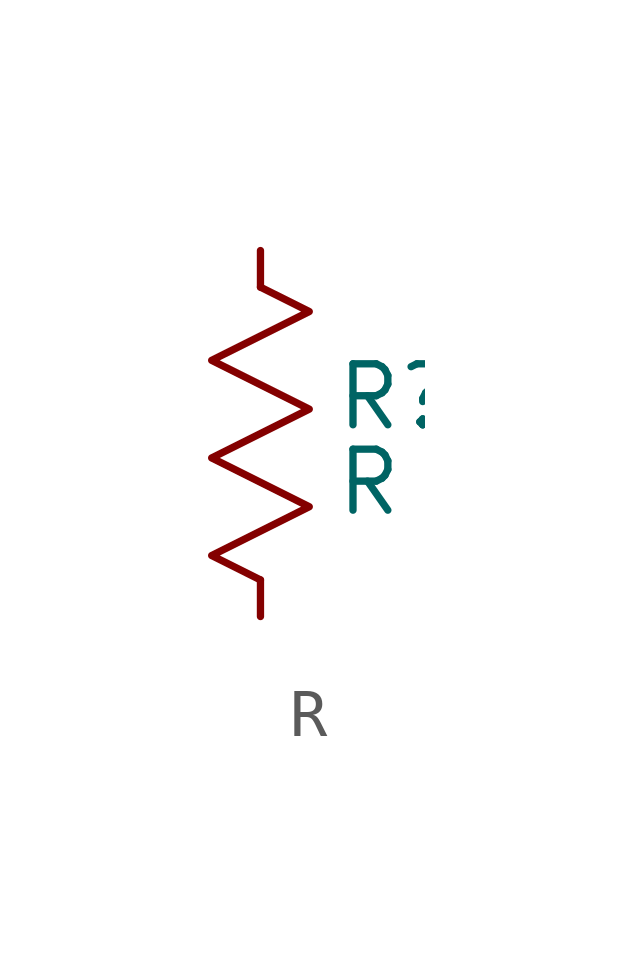
<source format=kicad_sym>
(kicad_symbol_lib
  (version 20211014)
  (generator kicad_symbol_editor)
  (symbol "R"
    (pin_numbers hide)
    (pin_names
      (offset 1.016) hide)
    (property "Reference" "R"
      (at 1.524 -3.048 0)
      (effects (font (size 1.27 1.27)) (justify left)))
    (property "Value" "R"
      (at 1.524 -4.826 0)
      (effects (font (size 1.27 1.27)) (justify left)))
    (symbol "R_0_0"
      (polyline (pts (xy 0 -0.762) (xy 1.016 -1.27) (xy -1.016 -2.286) (xy 1.016 -3.302) (xy -1.016 -4.318) (xy 1.016 -5.334) (xy -1.016 -6.35) (xy 0 -6.858)) (stroke (width 0) (type default) (color 0 0 0 0)) (fill (type none))))
    (symbol "R_1_1"
      (pin passive line (at 0 0 270) (length 0.762) (name "~" (effects (font (size 1.27 1.27)))) (number "1" (effects (font (size 1.27 1.27)))))
      (pin passive line (at 0 -7.62 90) (length 0.762) (name "~" (effects (font (size 1.27 1.27)))) (number "2" (effects (font (size 1.27 1.27))))))))
</source>
